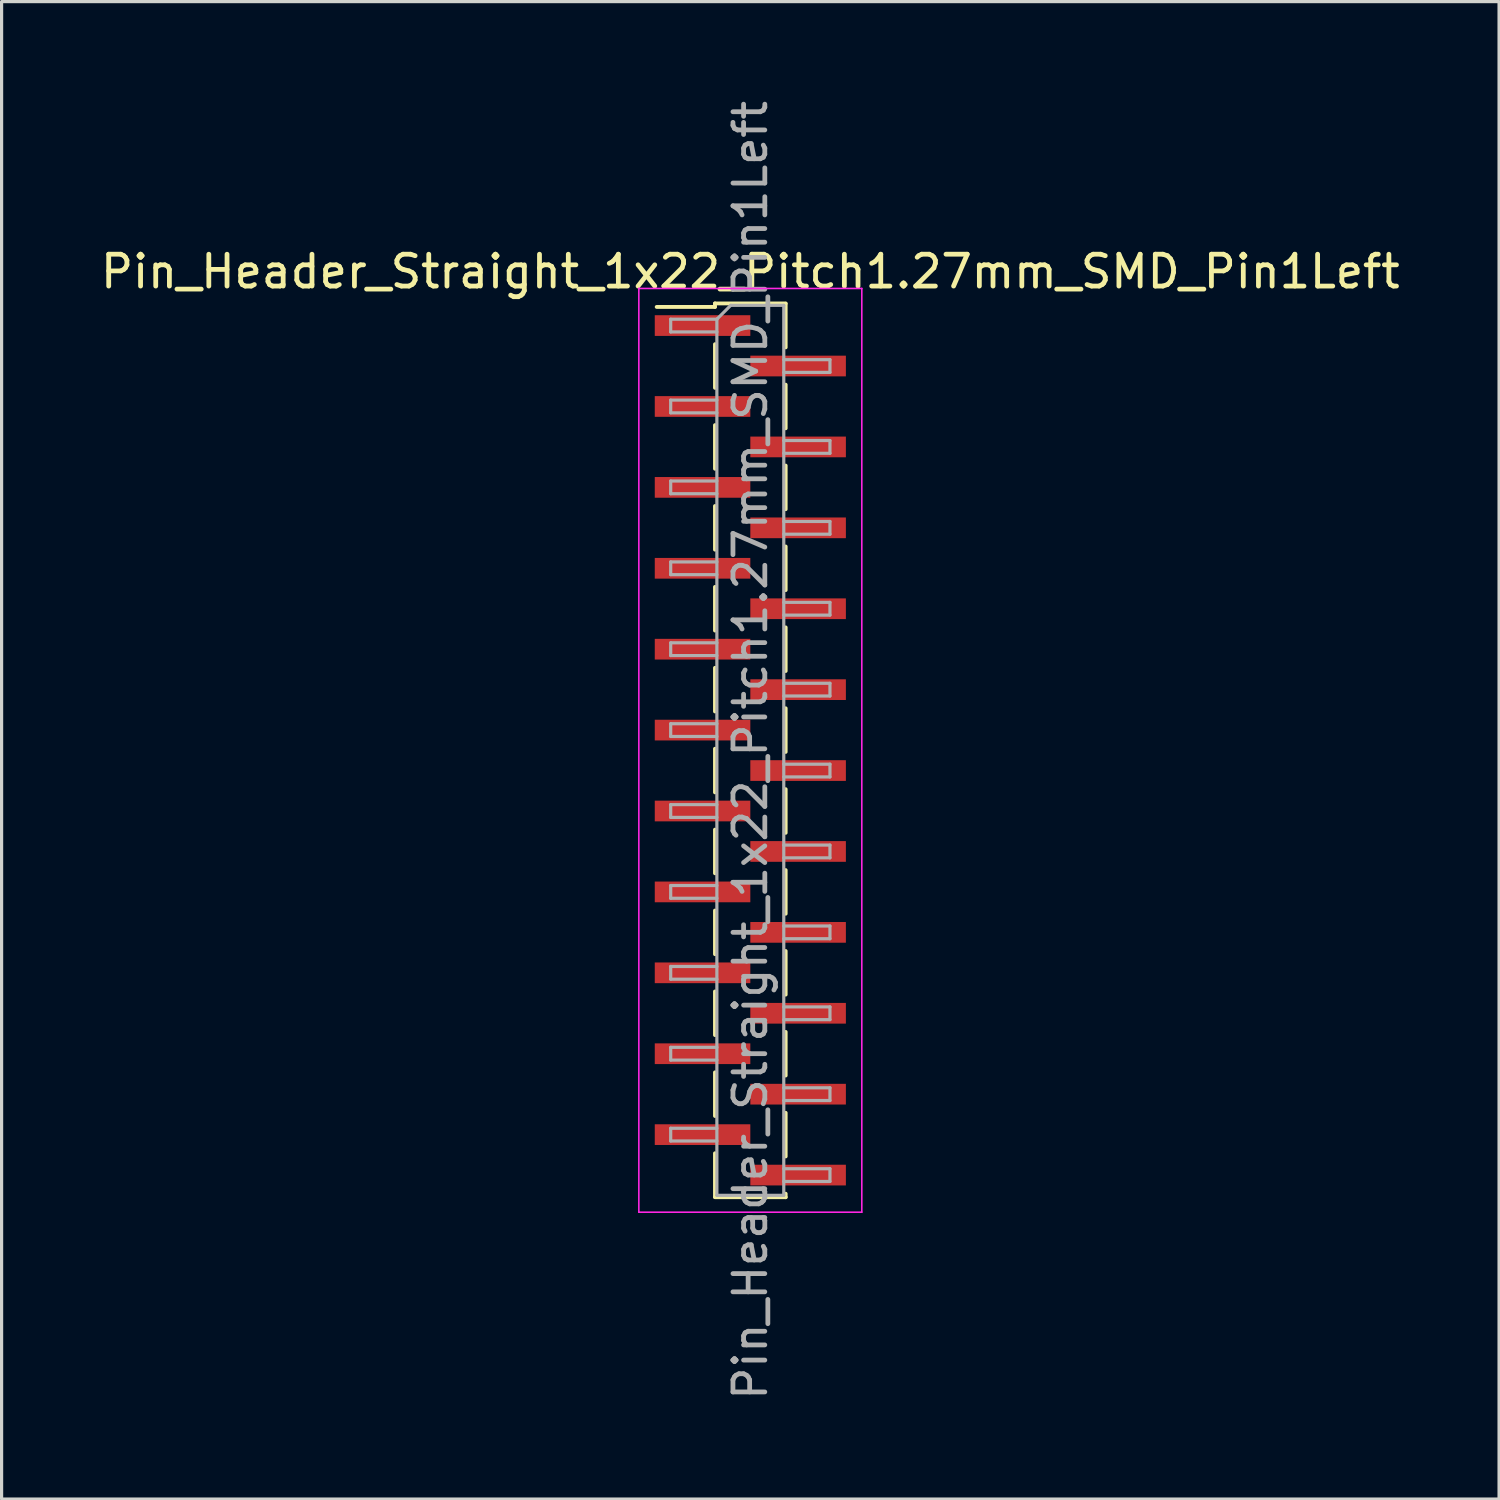
<source format=kicad_pcb>
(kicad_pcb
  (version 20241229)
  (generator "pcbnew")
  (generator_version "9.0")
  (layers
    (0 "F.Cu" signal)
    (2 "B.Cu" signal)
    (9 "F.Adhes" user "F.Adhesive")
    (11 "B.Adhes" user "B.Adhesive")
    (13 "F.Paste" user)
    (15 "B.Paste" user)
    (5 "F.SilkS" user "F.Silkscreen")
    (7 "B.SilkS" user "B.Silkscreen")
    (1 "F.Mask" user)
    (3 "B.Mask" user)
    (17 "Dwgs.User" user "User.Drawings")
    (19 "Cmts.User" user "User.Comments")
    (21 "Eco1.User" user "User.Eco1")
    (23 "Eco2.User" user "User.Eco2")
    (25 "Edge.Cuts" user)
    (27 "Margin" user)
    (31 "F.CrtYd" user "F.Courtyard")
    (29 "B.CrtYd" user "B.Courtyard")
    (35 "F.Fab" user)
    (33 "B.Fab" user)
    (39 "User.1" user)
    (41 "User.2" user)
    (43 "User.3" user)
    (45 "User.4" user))
  (footprint "Pin_Header_Straight_1x22_Pitch1.27mm_SMD_Pin1Left"
    (layer "F.Cu")
    (at 20.506 20.506)
    (property "Reference" "Pin_Header_Straight_1x22_Pitch1.27mm_SMD_Pin1Left" (at 0 -15.03 0) (layer "F.SilkS") (effects (font (size 1 1) (thickness 0.15))))
    (attr smd)
    (fp_line (start -1.11 -14.03) (end -1.11 -13.92) (stroke (width 0.12) (type solid)) (layer "F.SilkS"))
    (fp_line (start -1.11 -14.03) (end 1.11 -14.03) (stroke (width 0.12) (type solid)) (layer "F.SilkS"))
    (fp_line (start -1.11 -13.92) (end -2.94 -13.92) (stroke (width 0.12) (type solid)) (layer "F.SilkS"))
    (fp_line (start -1.11 -12.75) (end -1.11 -11.38) (stroke (width 0.12) (type solid)) (layer "F.SilkS"))
    (fp_line (start -1.11 -10.21) (end -1.11 -8.84) (stroke (width 0.12) (type solid)) (layer "F.SilkS"))
    (fp_line (start -1.11 -7.67) (end -1.11 -6.3) (stroke (width 0.12) (type solid)) (layer "F.SilkS"))
    (fp_line (start -1.11 -5.13) (end -1.11 -3.76) (stroke (width 0.12) (type solid)) (layer "F.SilkS"))
    (fp_line (start -1.11 -2.59) (end -1.11 -1.22) (stroke (width 0.12) (type solid)) (layer "F.SilkS"))
    (fp_line (start -1.11 -0.05) (end -1.11 1.32) (stroke (width 0.12) (type solid)) (layer "F.SilkS"))
    (fp_line (start -1.11 2.49) (end -1.11 3.86) (stroke (width 0.12) (type solid)) (layer "F.SilkS"))
    (fp_line (start -1.11 5.03) (end -1.11 6.4) (stroke (width 0.12) (type solid)) (layer "F.SilkS"))
    (fp_line (start -1.11 7.57) (end -1.11 8.94) (stroke (width 0.12) (type solid)) (layer "F.SilkS"))
    (fp_line (start -1.11 10.11) (end -1.11 11.48) (stroke (width 0.12) (type solid)) (layer "F.SilkS"))
    (fp_line (start -1.11 12.65) (end -1.11 14.02) (stroke (width 0.12) (type solid)) (layer "F.SilkS"))
    (fp_line (start -1.11 14.03) (end 1.11 14.03) (stroke (width 0.12) (type solid)) (layer "F.SilkS"))
    (fp_line (start 1.11 -14.02) (end 1.11 -12.65) (stroke (width 0.12) (type solid)) (layer "F.SilkS"))
    (fp_line (start 1.11 -11.48) (end 1.11 -10.11) (stroke (width 0.12) (type solid)) (layer "F.SilkS"))
    (fp_line (start 1.11 -8.94) (end 1.11 -7.57) (stroke (width 0.12) (type solid)) (layer "F.SilkS"))
    (fp_line (start 1.11 -6.4) (end 1.11 -5.03) (stroke (width 0.12) (type solid)) (layer "F.SilkS"))
    (fp_line (start 1.11 -3.86) (end 1.11 -2.49) (stroke (width 0.12) (type solid)) (layer "F.SilkS"))
    (fp_line (start 1.11 -1.32) (end 1.11 0.05) (stroke (width 0.12) (type solid)) (layer "F.SilkS"))
    (fp_line (start 1.11 1.22) (end 1.11 2.59) (stroke (width 0.12) (type solid)) (layer "F.SilkS"))
    (fp_line (start 1.11 3.76) (end 1.11 5.13) (stroke (width 0.12) (type solid)) (layer "F.SilkS"))
    (fp_line (start 1.11 6.3) (end 1.11 7.67) (stroke (width 0.12) (type solid)) (layer "F.SilkS"))
    (fp_line (start 1.11 8.84) (end 1.11 10.21) (stroke (width 0.12) (type solid)) (layer "F.SilkS"))
    (fp_line (start 1.11 11.38) (end 1.11 12.75) (stroke (width 0.12) (type solid)) (layer "F.SilkS"))
    (fp_line (start 1.11 13.92) (end 1.11 14.03) (stroke (width 0.12) (type solid)) (layer "F.SilkS"))
    (fp_line (start -3.5 -14.5) (end -3.5 14.5) (stroke (width 0.05) (type solid)) (layer "F.CrtYd"))
    (fp_line (start -3.5 14.5) (end 3.5 14.5) (stroke (width 0.05) (type solid)) (layer "F.CrtYd"))
    (fp_line (start 3.5 -14.5) (end -3.5 -14.5) (stroke (width 0.05) (type solid)) (layer "F.CrtYd"))
    (fp_line (start 3.5 14.5) (end 3.5 -14.5) (stroke (width 0.05) (type solid)) (layer "F.CrtYd"))
    (fp_line (start -2.5 -13.535) (end -2.5 -13.135) (stroke (width 0.1) (type solid)) (layer "F.Fab"))
    (fp_line (start -2.5 -13.135) (end -1.05 -13.135) (stroke (width 0.1) (type solid)) (layer "F.Fab"))
    (fp_line (start -2.5 -10.995) (end -2.5 -10.595) (stroke (width 0.1) (type solid)) (layer "F.Fab"))
    (fp_line (start -2.5 -10.595) (end -1.05 -10.595) (stroke (width 0.1) (type solid)) (layer "F.Fab"))
    (fp_line (start -2.5 -8.455) (end -2.5 -8.055) (stroke (width 0.1) (type solid)) (layer "F.Fab"))
    (fp_line (start -2.5 -8.055) (end -1.05 -8.055) (stroke (width 0.1) (type solid)) (layer "F.Fab"))
    (fp_line (start -2.5 -5.915) (end -2.5 -5.515) (stroke (width 0.1) (type solid)) (layer "F.Fab"))
    (fp_line (start -2.5 -5.515) (end -1.05 -5.515) (stroke (width 0.1) (type solid)) (layer "F.Fab"))
    (fp_line (start -2.5 -3.375) (end -2.5 -2.975) (stroke (width 0.1) (type solid)) (layer "F.Fab"))
    (fp_line (start -2.5 -2.975) (end -1.05 -2.975) (stroke (width 0.1) (type solid)) (layer "F.Fab"))
    (fp_line (start -2.5 -0.835) (end -2.5 -0.435) (stroke (width 0.1) (type solid)) (layer "F.Fab"))
    (fp_line (start -2.5 -0.435) (end -1.05 -0.435) (stroke (width 0.1) (type solid)) (layer "F.Fab"))
    (fp_line (start -2.5 1.705) (end -2.5 2.105) (stroke (width 0.1) (type solid)) (layer "F.Fab"))
    (fp_line (start -2.5 2.105) (end -1.05 2.105) (stroke (width 0.1) (type solid)) (layer "F.Fab"))
    (fp_line (start -2.5 4.245) (end -2.5 4.645) (stroke (width 0.1) (type solid)) (layer "F.Fab"))
    (fp_line (start -2.5 4.645) (end -1.05 4.645) (stroke (width 0.1) (type solid)) (layer "F.Fab"))
    (fp_line (start -2.5 6.785) (end -2.5 7.185) (stroke (width 0.1) (type solid)) (layer "F.Fab"))
    (fp_line (start -2.5 7.185) (end -1.05 7.185) (stroke (width 0.1) (type solid)) (layer "F.Fab"))
    (fp_line (start -2.5 9.325) (end -2.5 9.725) (stroke (width 0.1) (type solid)) (layer "F.Fab"))
    (fp_line (start -2.5 9.725) (end -1.05 9.725) (stroke (width 0.1) (type solid)) (layer "F.Fab"))
    (fp_line (start -2.5 11.865) (end -2.5 12.265) (stroke (width 0.1) (type solid)) (layer "F.Fab"))
    (fp_line (start -2.5 12.265) (end -1.05 12.265) (stroke (width 0.1) (type solid)) (layer "F.Fab"))
    (fp_line (start -1.05 -13.535) (end -2.5 -13.535) (stroke (width 0.1) (type solid)) (layer "F.Fab"))
    (fp_line (start -1.05 -13.535) (end -0.615 -13.97) (stroke (width 0.1) (type solid)) (layer "F.Fab"))
    (fp_line (start -1.05 -10.995) (end -2.5 -10.995) (stroke (width 0.1) (type solid)) (layer "F.Fab"))
    (fp_line (start -1.05 -8.455) (end -2.5 -8.455) (stroke (width 0.1) (type solid)) (layer "F.Fab"))
    (fp_line (start -1.05 -5.915) (end -2.5 -5.915) (stroke (width 0.1) (type solid)) (layer "F.Fab"))
    (fp_line (start -1.05 -3.375) (end -2.5 -3.375) (stroke (width 0.1) (type solid)) (layer "F.Fab"))
    (fp_line (start -1.05 -0.835) (end -2.5 -0.835) (stroke (width 0.1) (type solid)) (layer "F.Fab"))
    (fp_line (start -1.05 1.705) (end -2.5 1.705) (stroke (width 0.1) (type solid)) (layer "F.Fab"))
    (fp_line (start -1.05 4.245) (end -2.5 4.245) (stroke (width 0.1) (type solid)) (layer "F.Fab"))
    (fp_line (start -1.05 6.785) (end -2.5 6.785) (stroke (width 0.1) (type solid)) (layer "F.Fab"))
    (fp_line (start -1.05 9.325) (end -2.5 9.325) (stroke (width 0.1) (type solid)) (layer "F.Fab"))
    (fp_line (start -1.05 11.865) (end -2.5 11.865) (stroke (width 0.1) (type solid)) (layer "F.Fab"))
    (fp_line (start -1.05 13.97) (end -1.05 -13.535) (stroke (width 0.1) (type solid)) (layer "F.Fab"))
    (fp_line (start -0.615 -13.97) (end 1.05 -13.97) (stroke (width 0.1) (type solid)) (layer "F.Fab"))
    (fp_line (start 1.05 -13.97) (end 1.05 13.97) (stroke (width 0.1) (type solid)) (layer "F.Fab"))
    (fp_line (start 1.05 -12.265) (end 2.5 -12.265) (stroke (width 0.1) (type solid)) (layer "F.Fab"))
    (fp_line (start 1.05 -9.725) (end 2.5 -9.725) (stroke (width 0.1) (type solid)) (layer "F.Fab"))
    (fp_line (start 1.05 -7.185) (end 2.5 -7.185) (stroke (width 0.1) (type solid)) (layer "F.Fab"))
    (fp_line (start 1.05 -4.645) (end 2.5 -4.645) (stroke (width 0.1) (type solid)) (layer "F.Fab"))
    (fp_line (start 1.05 -2.105) (end 2.5 -2.105) (stroke (width 0.1) (type solid)) (layer "F.Fab"))
    (fp_line (start 1.05 0.435) (end 2.5 0.435) (stroke (width 0.1) (type solid)) (layer "F.Fab"))
    (fp_line (start 1.05 2.975) (end 2.5 2.975) (stroke (width 0.1) (type solid)) (layer "F.Fab"))
    (fp_line (start 1.05 5.515) (end 2.5 5.515) (stroke (width 0.1) (type solid)) (layer "F.Fab"))
    (fp_line (start 1.05 8.055) (end 2.5 8.055) (stroke (width 0.1) (type solid)) (layer "F.Fab"))
    (fp_line (start 1.05 10.595) (end 2.5 10.595) (stroke (width 0.1) (type solid)) (layer "F.Fab"))
    (fp_line (start 1.05 13.135) (end 2.5 13.135) (stroke (width 0.1) (type solid)) (layer "F.Fab"))
    (fp_line (start 1.05 13.97) (end -1.05 13.97) (stroke (width 0.1) (type solid)) (layer "F.Fab"))
    (fp_line (start 2.5 -12.265) (end 2.5 -11.865) (stroke (width 0.1) (type solid)) (layer "F.Fab"))
    (fp_line (start 2.5 -11.865) (end 1.05 -11.865) (stroke (width 0.1) (type solid)) (layer "F.Fab"))
    (fp_line (start 2.5 -9.725) (end 2.5 -9.325) (stroke (width 0.1) (type solid)) (layer "F.Fab"))
    (fp_line (start 2.5 -9.325) (end 1.05 -9.325) (stroke (width 0.1) (type solid)) (layer "F.Fab"))
    (fp_line (start 2.5 -7.185) (end 2.5 -6.785) (stroke (width 0.1) (type solid)) (layer "F.Fab"))
    (fp_line (start 2.5 -6.785) (end 1.05 -6.785) (stroke (width 0.1) (type solid)) (layer "F.Fab"))
    (fp_line (start 2.5 -4.645) (end 2.5 -4.245) (stroke (width 0.1) (type solid)) (layer "F.Fab"))
    (fp_line (start 2.5 -4.245) (end 1.05 -4.245) (stroke (width 0.1) (type solid)) (layer "F.Fab"))
    (fp_line (start 2.5 -2.105) (end 2.5 -1.705) (stroke (width 0.1) (type solid)) (layer "F.Fab"))
    (fp_line (start 2.5 -1.705) (end 1.05 -1.705) (stroke (width 0.1) (type solid)) (layer "F.Fab"))
    (fp_line (start 2.5 0.435) (end 2.5 0.835) (stroke (width 0.1) (type solid)) (layer "F.Fab"))
    (fp_line (start 2.5 0.835) (end 1.05 0.835) (stroke (width 0.1) (type solid)) (layer "F.Fab"))
    (fp_line (start 2.5 2.975) (end 2.5 3.375) (stroke (width 0.1) (type solid)) (layer "F.Fab"))
    (fp_line (start 2.5 3.375) (end 1.05 3.375) (stroke (width 0.1) (type solid)) (layer "F.Fab"))
    (fp_line (start 2.5 5.515) (end 2.5 5.915) (stroke (width 0.1) (type solid)) (layer "F.Fab"))
    (fp_line (start 2.5 5.915) (end 1.05 5.915) (stroke (width 0.1) (type solid)) (layer "F.Fab"))
    (fp_line (start 2.5 8.055) (end 2.5 8.455) (stroke (width 0.1) (type solid)) (layer "F.Fab"))
    (fp_line (start 2.5 8.455) (end 1.05 8.455) (stroke (width 0.1) (type solid)) (layer "F.Fab"))
    (fp_line (start 2.5 10.595) (end 2.5 10.995) (stroke (width 0.1) (type solid)) (layer "F.Fab"))
    (fp_line (start 2.5 10.995) (end 1.05 10.995) (stroke (width 0.1) (type solid)) (layer "F.Fab"))
    (fp_line (start 2.5 13.135) (end 2.5 13.535) (stroke (width 0.1) (type solid)) (layer "F.Fab"))
    (fp_line (start 2.5 13.535) (end 1.05 13.535) (stroke (width 0.1) (type solid)) (layer "F.Fab"))
    (fp_text user "${REFERENCE}" (at 0 0 90) (layer "F.Fab") (effects (font (size 1 1) (thickness 0.15))))
    (pad "1" smd rect (at -1.5 -13.335) (size 3 0.65) (layers "F.Cu" "F.Mask" "F.Paste"))
    (pad "2" smd rect (at 1.5 -12.065) (size 3 0.65) (layers "F.Cu" "F.Mask" "F.Paste"))
    (pad "3" smd rect (at -1.5 -10.795) (size 3 0.65) (layers "F.Cu" "F.Mask" "F.Paste"))
    (pad "4" smd rect (at 1.5 -9.525) (size 3 0.65) (layers "F.Cu" "F.Mask" "F.Paste"))
    (pad "5" smd rect (at -1.5 -8.255) (size 3 0.65) (layers "F.Cu" "F.Mask" "F.Paste"))
    (pad "6" smd rect (at 1.5 -6.985) (size 3 0.65) (layers "F.Cu" "F.Mask" "F.Paste"))
    (pad "7" smd rect (at -1.5 -5.715) (size 3 0.65) (layers "F.Cu" "F.Mask" "F.Paste"))
    (pad "8" smd rect (at 1.5 -4.445) (size 3 0.65) (layers "F.Cu" "F.Mask" "F.Paste"))
    (pad "9" smd rect (at -1.5 -3.175) (size 3 0.65) (layers "F.Cu" "F.Mask" "F.Paste"))
    (pad "10" smd rect (at 1.5 -1.905) (size 3 0.65) (layers "F.Cu" "F.Mask" "F.Paste"))
    (pad "11" smd rect (at -1.5 -0.635) (size 3 0.65) (layers "F.Cu" "F.Mask" "F.Paste"))
    (pad "12" smd rect (at 1.5 0.635) (size 3 0.65) (layers "F.Cu" "F.Mask" "F.Paste"))
    (pad "13" smd rect (at -1.5 1.905) (size 3 0.65) (layers "F.Cu" "F.Mask" "F.Paste"))
    (pad "14" smd rect (at 1.5 3.175) (size 3 0.65) (layers "F.Cu" "F.Mask" "F.Paste"))
    (pad "15" smd rect (at -1.5 4.445) (size 3 0.65) (layers "F.Cu" "F.Mask" "F.Paste"))
    (pad "16" smd rect (at 1.5 5.715) (size 3 0.65) (layers "F.Cu" "F.Mask" "F.Paste"))
    (pad "17" smd rect (at -1.5 6.985) (size 3 0.65) (layers "F.Cu" "F.Mask" "F.Paste"))
    (pad "18" smd rect (at 1.5 8.255) (size 3 0.65) (layers "F.Cu" "F.Mask" "F.Paste"))
    (pad "19" smd rect (at -1.5 9.525) (size 3 0.65) (layers "F.Cu" "F.Mask" "F.Paste"))
    (pad "20" smd rect (at 1.5 10.795) (size 3 0.65) (layers "F.Cu" "F.Mask" "F.Paste"))
    (pad "21" smd rect (at -1.5 12.065) (size 3 0.65) (layers "F.Cu" "F.Mask" "F.Paste"))
    (pad "22" smd rect (at 1.5 13.335) (size 3 0.65) (layers "F.Cu" "F.Mask" "F.Paste")))
  (gr_rect
    (start -3 -3)
    (end 44.012 44.012)
    (stroke (width 0.1) (type default))
    (fill no)
    (layer "Edge.Cuts")))
</source>
